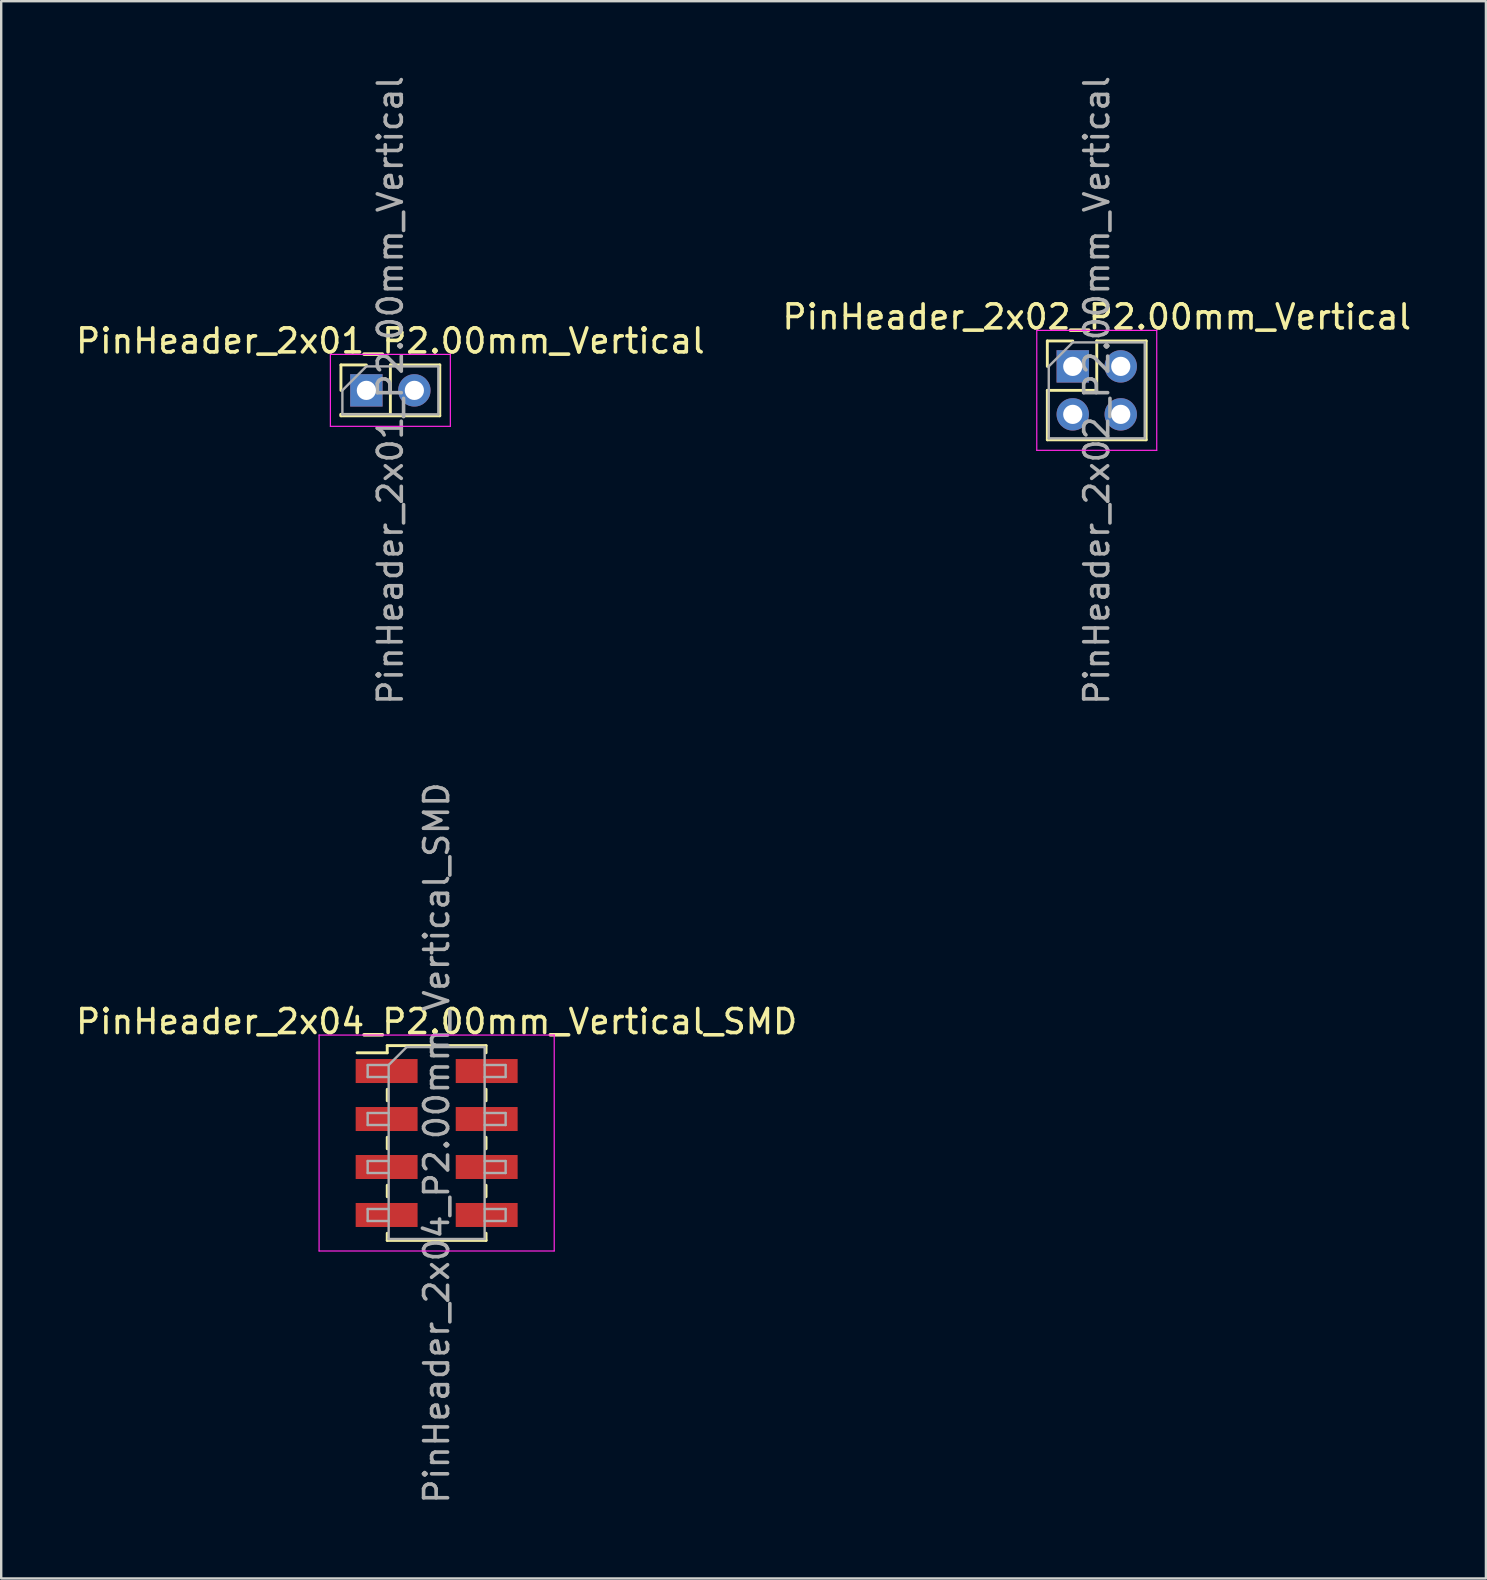
<source format=kicad_pcb>
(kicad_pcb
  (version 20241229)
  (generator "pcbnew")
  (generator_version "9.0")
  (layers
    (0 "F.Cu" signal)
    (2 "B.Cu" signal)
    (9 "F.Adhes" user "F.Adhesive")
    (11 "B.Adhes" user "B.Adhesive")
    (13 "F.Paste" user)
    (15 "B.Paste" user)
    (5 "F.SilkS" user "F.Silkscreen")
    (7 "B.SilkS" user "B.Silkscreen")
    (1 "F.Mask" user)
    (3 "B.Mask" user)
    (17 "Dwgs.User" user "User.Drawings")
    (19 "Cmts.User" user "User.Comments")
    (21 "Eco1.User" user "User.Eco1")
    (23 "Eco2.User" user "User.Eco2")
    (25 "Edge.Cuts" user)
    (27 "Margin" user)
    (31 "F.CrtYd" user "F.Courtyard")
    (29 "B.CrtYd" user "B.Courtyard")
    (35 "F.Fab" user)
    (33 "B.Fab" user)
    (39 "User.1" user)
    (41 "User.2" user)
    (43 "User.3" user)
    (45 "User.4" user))
  (footprint "PinHeader_2x01_P2.00mm_Vertical"
    (layer "F.Cu")
    (at 12.22 13.22)
    (property "Reference" "PinHeader_2x01_P2.00mm_Vertical" (at 1 -2.06 0) (layer "F.SilkS") (effects (font (size 1 1) (thickness 0.15))))
    (attr through_hole)
    (fp_line (start -1.06 -1.06) (end 0 -1.06) (stroke (width 0.12) (type solid)) (layer "F.SilkS"))
    (fp_line (start -1.06 0) (end -1.06 -1.06) (stroke (width 0.12) (type solid)) (layer "F.SilkS"))
    (fp_line (start -1.06 1) (end -1.06 1.06) (stroke (width 0.12) (type solid)) (layer "F.SilkS"))
    (fp_line (start -1.06 1) (end 1 1) (stroke (width 0.12) (type solid)) (layer "F.SilkS"))
    (fp_line (start -1.06 1.06) (end 3.06 1.06) (stroke (width 0.12) (type solid)) (layer "F.SilkS"))
    (fp_line (start 1 -1.06) (end 3.06 -1.06) (stroke (width 0.12) (type solid)) (layer "F.SilkS"))
    (fp_line (start 1 1) (end 1 -1.06) (stroke (width 0.12) (type solid)) (layer "F.SilkS"))
    (fp_line (start 3.06 -1.06) (end 3.06 1.06) (stroke (width 0.12) (type solid)) (layer "F.SilkS"))
    (fp_line (start -1.5 -1.5) (end -1.5 1.5) (stroke (width 0.05) (type solid)) (layer "F.CrtYd"))
    (fp_line (start -1.5 1.5) (end 3.5 1.5) (stroke (width 0.05) (type solid)) (layer "F.CrtYd"))
    (fp_line (start 3.5 -1.5) (end -1.5 -1.5) (stroke (width 0.05) (type solid)) (layer "F.CrtYd"))
    (fp_line (start 3.5 1.5) (end 3.5 -1.5) (stroke (width 0.05) (type solid)) (layer "F.CrtYd"))
    (fp_line (start -1 0) (end 0 -1) (stroke (width 0.1) (type solid)) (layer "F.Fab"))
    (fp_line (start -1 1) (end -1 0) (stroke (width 0.1) (type solid)) (layer "F.Fab"))
    (fp_line (start 0 -1) (end 3 -1) (stroke (width 0.1) (type solid)) (layer "F.Fab"))
    (fp_line (start 3 -1) (end 3 1) (stroke (width 0.1) (type solid)) (layer "F.Fab"))
    (fp_line (start 3 1) (end -1 1) (stroke (width 0.1) (type solid)) (layer "F.Fab"))
    (fp_text user "${REFERENCE}" (at 1 0 90) (layer "F.Fab") (effects (font (size 1 1) (thickness 0.15))))
    (pad "1" thru_hole rect (at 0 0) (size 1.35 1.35) (drill 0.8) (layers "*.Cu" "*.Mask"))
    (pad "2" thru_hole oval (at 2 0) (size 1.35 1.35) (drill 0.8) (layers "*.Cu" "*.Mask")))
  (footprint "PinHeader_2x02_P2.00mm_Vertical"
    (layer "F.Cu")
    (at 41.661 12.22)
    (property "Reference" "PinHeader_2x02_P2.00mm_Vertical" (at 1 -2.06 0) (layer "F.SilkS") (effects (font (size 1 1) (thickness 0.15))))
    (attr through_hole)
    (fp_line (start -1.06 -1.06) (end 0 -1.06) (stroke (width 0.12) (type solid)) (layer "F.SilkS"))
    (fp_line (start -1.06 0) (end -1.06 -1.06) (stroke (width 0.12) (type solid)) (layer "F.SilkS"))
    (fp_line (start -1.06 1) (end -1.06 3.06) (stroke (width 0.12) (type solid)) (layer "F.SilkS"))
    (fp_line (start -1.06 1) (end 1 1) (stroke (width 0.12) (type solid)) (layer "F.SilkS"))
    (fp_line (start -1.06 3.06) (end 3.06 3.06) (stroke (width 0.12) (type solid)) (layer "F.SilkS"))
    (fp_line (start 1 -1.06) (end 3.06 -1.06) (stroke (width 0.12) (type solid)) (layer "F.SilkS"))
    (fp_line (start 1 1) (end 1 -1.06) (stroke (width 0.12) (type solid)) (layer "F.SilkS"))
    (fp_line (start 3.06 -1.06) (end 3.06 3.06) (stroke (width 0.12) (type solid)) (layer "F.SilkS"))
    (fp_line (start -1.5 -1.5) (end -1.5 3.5) (stroke (width 0.05) (type solid)) (layer "F.CrtYd"))
    (fp_line (start -1.5 3.5) (end 3.5 3.5) (stroke (width 0.05) (type solid)) (layer "F.CrtYd"))
    (fp_line (start 3.5 -1.5) (end -1.5 -1.5) (stroke (width 0.05) (type solid)) (layer "F.CrtYd"))
    (fp_line (start 3.5 3.5) (end 3.5 -1.5) (stroke (width 0.05) (type solid)) (layer "F.CrtYd"))
    (fp_line (start -1 0) (end 0 -1) (stroke (width 0.1) (type solid)) (layer "F.Fab"))
    (fp_line (start -1 3) (end -1 0) (stroke (width 0.1) (type solid)) (layer "F.Fab"))
    (fp_line (start 0 -1) (end 3 -1) (stroke (width 0.1) (type solid)) (layer "F.Fab"))
    (fp_line (start 3 -1) (end 3 3) (stroke (width 0.1) (type solid)) (layer "F.Fab"))
    (fp_line (start 3 3) (end -1 3) (stroke (width 0.1) (type solid)) (layer "F.Fab"))
    (fp_text user "${REFERENCE}" (at 1 1 90) (layer "F.Fab") (effects (font (size 1 1) (thickness 0.15))))
    (pad "1" thru_hole rect (at 0 0) (size 1.35 1.35) (drill 0.8) (layers "*.Cu" "*.Mask"))
    (pad "2" thru_hole oval (at 2 0) (size 1.35 1.35) (drill 0.8) (layers "*.Cu" "*.Mask"))
    (pad "3" thru_hole oval (at 0 2) (size 1.35 1.35) (drill 0.8) (layers "*.Cu" "*.Mask"))
    (pad "4" thru_hole oval (at 2 2) (size 1.35 1.35) (drill 0.8) (layers "*.Cu" "*.Mask")))
  (footprint "PinHeader_2x04_P2.00mm_Vertical_SMD"
    (layer "F.Cu")
    (at 15.149 44.589)
    (property "Reference" "PinHeader_2x04_P2.00mm_Vertical_SMD" (at 0 -5.06 0) (layer "F.SilkS") (effects (font (size 1 1) (thickness 0.15))))
    (attr smd)
    (fp_line (start -3.315 -3.76) (end -2.06 -3.76) (stroke (width 0.12) (type solid)) (layer "F.SilkS"))
    (fp_line (start -2.06 -4.06) (end -2.06 -3.76) (stroke (width 0.12) (type solid)) (layer "F.SilkS"))
    (fp_line (start -2.06 -4.06) (end 2.06 -4.06) (stroke (width 0.12) (type solid)) (layer "F.SilkS"))
    (fp_line (start -2.06 -2.24) (end -2.06 -1.76) (stroke (width 0.12) (type solid)) (layer "F.SilkS"))
    (fp_line (start -2.06 -0.24) (end -2.06 0.24) (stroke (width 0.12) (type solid)) (layer "F.SilkS"))
    (fp_line (start -2.06 1.76) (end -2.06 2.24) (stroke (width 0.12) (type solid)) (layer "F.SilkS"))
    (fp_line (start -2.06 3.76) (end -2.06 4.06) (stroke (width 0.12) (type solid)) (layer "F.SilkS"))
    (fp_line (start -2.06 4.06) (end 2.06 4.06) (stroke (width 0.12) (type solid)) (layer "F.SilkS"))
    (fp_line (start 2.06 -4.06) (end 2.06 -3.76) (stroke (width 0.12) (type solid)) (layer "F.SilkS"))
    (fp_line (start 2.06 -2.24) (end 2.06 -1.76) (stroke (width 0.12) (type solid)) (layer "F.SilkS"))
    (fp_line (start 2.06 -0.24) (end 2.06 0.24) (stroke (width 0.12) (type solid)) (layer "F.SilkS"))
    (fp_line (start 2.06 1.76) (end 2.06 2.24) (stroke (width 0.12) (type solid)) (layer "F.SilkS"))
    (fp_line (start 2.06 3.76) (end 2.06 4.06) (stroke (width 0.12) (type solid)) (layer "F.SilkS"))
    (fp_line (start -4.9 -4.5) (end -4.9 4.5) (stroke (width 0.05) (type solid)) (layer "F.CrtYd"))
    (fp_line (start -4.9 4.5) (end 4.9 4.5) (stroke (width 0.05) (type solid)) (layer "F.CrtYd"))
    (fp_line (start 4.9 -4.5) (end -4.9 -4.5) (stroke (width 0.05) (type solid)) (layer "F.CrtYd"))
    (fp_line (start 4.9 4.5) (end 4.9 -4.5) (stroke (width 0.05) (type solid)) (layer "F.CrtYd"))
    (fp_line (start -2.875 -3.25) (end -2.875 -2.75) (stroke (width 0.1) (type solid)) (layer "F.Fab"))
    (fp_line (start -2.875 -2.75) (end -2 -2.75) (stroke (width 0.1) (type solid)) (layer "F.Fab"))
    (fp_line (start -2.875 -1.25) (end -2.875 -0.75) (stroke (width 0.1) (type solid)) (layer "F.Fab"))
    (fp_line (start -2.875 -0.75) (end -2 -0.75) (stroke (width 0.1) (type solid)) (layer "F.Fab"))
    (fp_line (start -2.875 0.75) (end -2.875 1.25) (stroke (width 0.1) (type solid)) (layer "F.Fab"))
    (fp_line (start -2.875 1.25) (end -2 1.25) (stroke (width 0.1) (type solid)) (layer "F.Fab"))
    (fp_line (start -2.875 2.75) (end -2.875 3.25) (stroke (width 0.1) (type solid)) (layer "F.Fab"))
    (fp_line (start -2.875 3.25) (end -2 3.25) (stroke (width 0.1) (type solid)) (layer "F.Fab"))
    (fp_line (start -2 -3.25) (end -2.875 -3.25) (stroke (width 0.1) (type solid)) (layer "F.Fab"))
    (fp_line (start -2 -3.25) (end -1.25 -4) (stroke (width 0.1) (type solid)) (layer "F.Fab"))
    (fp_line (start -2 -1.25) (end -2.875 -1.25) (stroke (width 0.1) (type solid)) (layer "F.Fab"))
    (fp_line (start -2 0.75) (end -2.875 0.75) (stroke (width 0.1) (type solid)) (layer "F.Fab"))
    (fp_line (start -2 2.75) (end -2.875 2.75) (stroke (width 0.1) (type solid)) (layer "F.Fab"))
    (fp_line (start -2 4) (end -2 -3.25) (stroke (width 0.1) (type solid)) (layer "F.Fab"))
    (fp_line (start -1.25 -4) (end 2 -4) (stroke (width 0.1) (type solid)) (layer "F.Fab"))
    (fp_line (start 2 -4) (end 2 4) (stroke (width 0.1) (type solid)) (layer "F.Fab"))
    (fp_line (start 2 -3.25) (end 2.875 -3.25) (stroke (width 0.1) (type solid)) (layer "F.Fab"))
    (fp_line (start 2 -1.25) (end 2.875 -1.25) (stroke (width 0.1) (type solid)) (layer "F.Fab"))
    (fp_line (start 2 0.75) (end 2.875 0.75) (stroke (width 0.1) (type solid)) (layer "F.Fab"))
    (fp_line (start 2 2.75) (end 2.875 2.75) (stroke (width 0.1) (type solid)) (layer "F.Fab"))
    (fp_line (start 2 4) (end -2 4) (stroke (width 0.1) (type solid)) (layer "F.Fab"))
    (fp_line (start 2.875 -3.25) (end 2.875 -2.75) (stroke (width 0.1) (type solid)) (layer "F.Fab"))
    (fp_line (start 2.875 -2.75) (end 2 -2.75) (stroke (width 0.1) (type solid)) (layer "F.Fab"))
    (fp_line (start 2.875 -1.25) (end 2.875 -0.75) (stroke (width 0.1) (type solid)) (layer "F.Fab"))
    (fp_line (start 2.875 -0.75) (end 2 -0.75) (stroke (width 0.1) (type solid)) (layer "F.Fab"))
    (fp_line (start 2.875 0.75) (end 2.875 1.25) (stroke (width 0.1) (type solid)) (layer "F.Fab"))
    (fp_line (start 2.875 1.25) (end 2 1.25) (stroke (width 0.1) (type solid)) (layer "F.Fab"))
    (fp_line (start 2.875 2.75) (end 2.875 3.25) (stroke (width 0.1) (type solid)) (layer "F.Fab"))
    (fp_line (start 2.875 3.25) (end 2 3.25) (stroke (width 0.1) (type solid)) (layer "F.Fab"))
    (fp_text user "${REFERENCE}" (at 0 0 90) (layer "F.Fab") (effects (font (size 1 1) (thickness 0.15))))
    (pad "1" smd rect (at -2.085 -3) (size 2.58 1) (layers "F.Cu" "F.Mask" "F.Paste"))
    (pad "2" smd rect (at 2.085 -3) (size 2.58 1) (layers "F.Cu" "F.Mask" "F.Paste"))
    (pad "3" smd rect (at -2.085 -1) (size 2.58 1) (layers "F.Cu" "F.Mask" "F.Paste"))
    (pad "4" smd rect (at 2.085 -1) (size 2.58 1) (layers "F.Cu" "F.Mask" "F.Paste"))
    (pad "5" smd rect (at -2.085 1) (size 2.58 1) (layers "F.Cu" "F.Mask" "F.Paste"))
    (pad "6" smd rect (at 2.085 1) (size 2.58 1) (layers "F.Cu" "F.Mask" "F.Paste"))
    (pad "7" smd rect (at -2.085 3) (size 2.58 1) (layers "F.Cu" "F.Mask" "F.Paste"))
    (pad "8" smd rect (at 2.085 3) (size 2.58 1) (layers "F.Cu" "F.Mask" "F.Paste")))
  (gr_rect
    (start -3 -3)
    (end 58.881 62.738)
    (stroke (width 0.1) (type default))
    (fill no)
    (layer "Edge.Cuts")))
</source>
